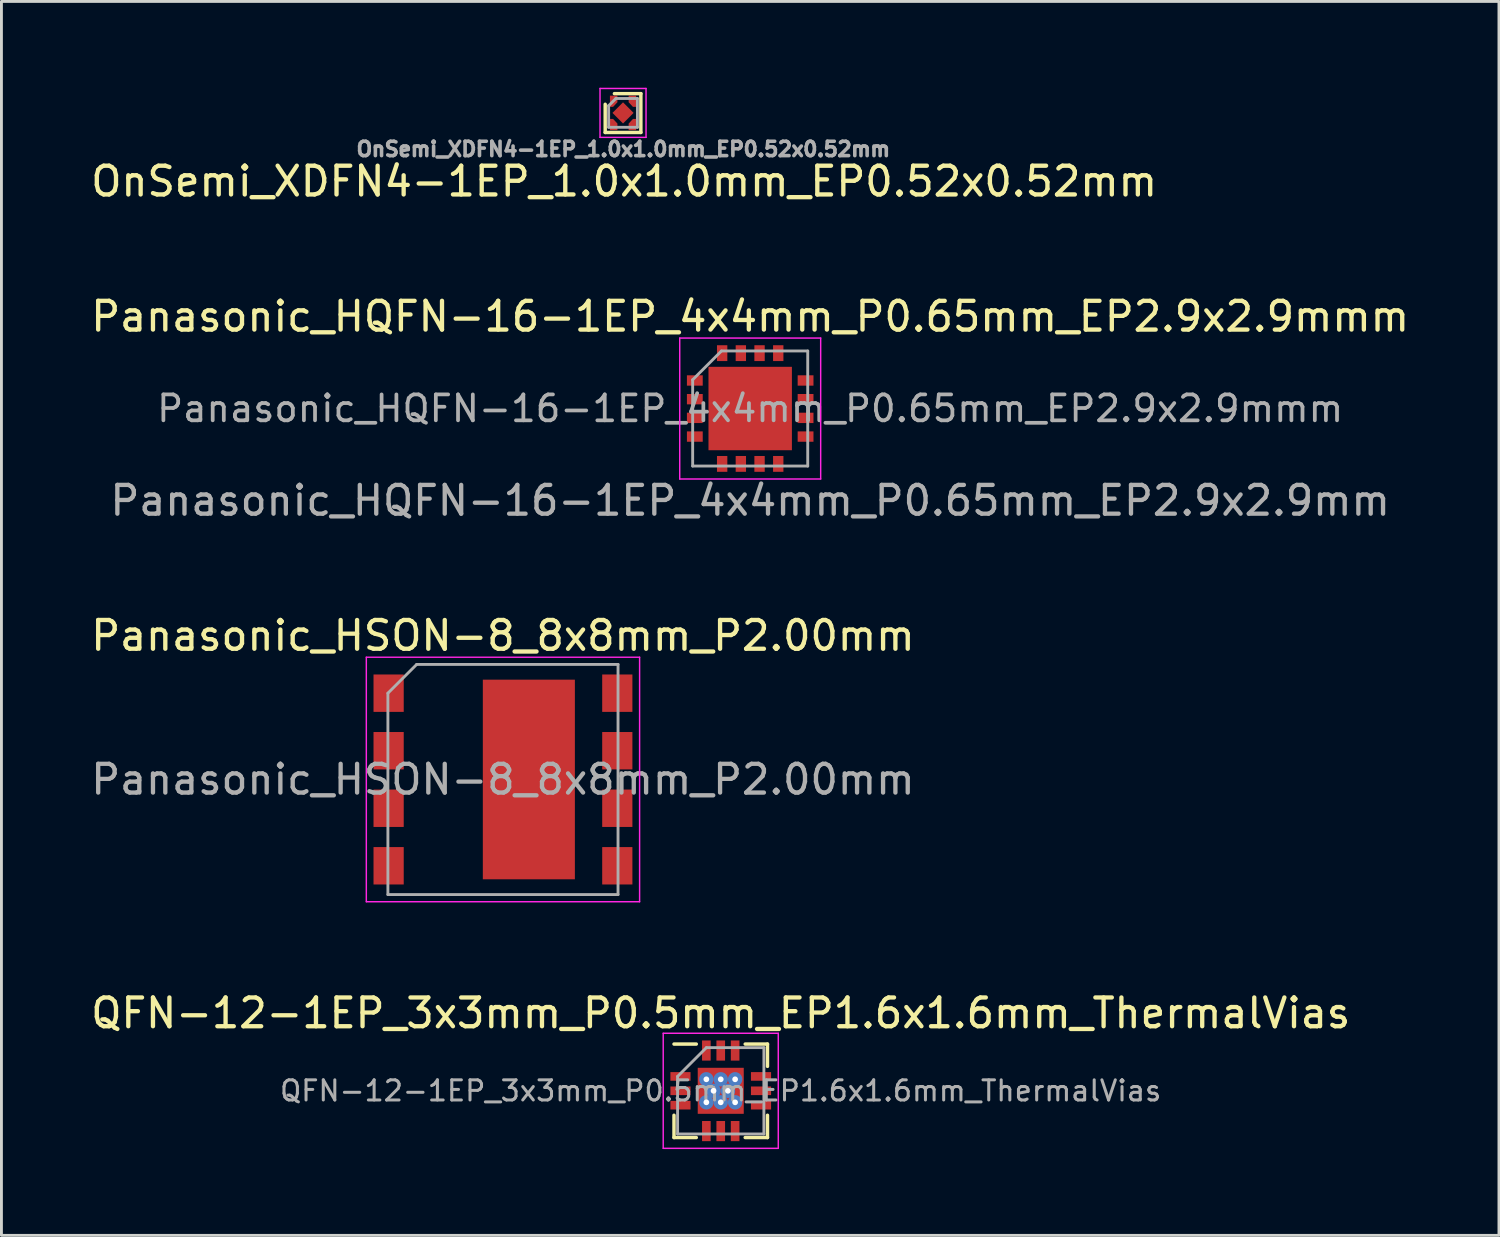
<source format=kicad_pcb>
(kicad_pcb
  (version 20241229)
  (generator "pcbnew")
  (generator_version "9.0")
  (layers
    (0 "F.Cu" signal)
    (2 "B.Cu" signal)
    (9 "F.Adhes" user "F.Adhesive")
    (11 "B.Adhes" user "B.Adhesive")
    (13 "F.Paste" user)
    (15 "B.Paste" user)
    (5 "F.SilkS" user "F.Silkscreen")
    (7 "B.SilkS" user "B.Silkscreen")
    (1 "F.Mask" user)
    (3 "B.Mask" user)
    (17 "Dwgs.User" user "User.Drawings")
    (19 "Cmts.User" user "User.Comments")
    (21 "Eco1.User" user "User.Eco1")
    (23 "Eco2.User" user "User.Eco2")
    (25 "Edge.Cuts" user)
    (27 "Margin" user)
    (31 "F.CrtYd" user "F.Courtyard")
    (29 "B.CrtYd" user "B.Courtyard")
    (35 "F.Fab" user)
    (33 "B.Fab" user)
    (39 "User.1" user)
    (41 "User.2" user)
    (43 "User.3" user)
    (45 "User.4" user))
  (footprint "Panasonic_HQFN-16-1EP_4x4mm_P0.65mm_EP2.9x2.9mmm"
    (layer "F.Cu")
    (at 23.03 11.152)
    (property "Reference" "Panasonic_HQFN-16-1EP_4x4mm_P0.65mm_EP2.9x2.9mmm" (at 0 -3.2 0) (layer "F.SilkS") (effects (font (size 1 1) (thickness 0.15))))
    (attr smd)
    (fp_line (start -2.45 -2.45) (end 2.45 -2.45) (stroke (width 0.05) (type solid)) (layer "F.CrtYd"))
    (fp_line (start -2.45 2.45) (end -2.45 -2.45) (stroke (width 0.05) (type solid)) (layer "F.CrtYd"))
    (fp_line (start -2.45 2.45) (end 2.45 2.45) (stroke (width 0.05) (type solid)) (layer "F.CrtYd"))
    (fp_line (start 2.45 -2.45) (end 2.45 2.45) (stroke (width 0.05) (type solid)) (layer "F.CrtYd"))
    (fp_line (start -2 2) (end -2 -1) (stroke (width 0.1) (type solid)) (layer "F.Fab"))
    (fp_line (start -1 -2) (end -2 -1) (stroke (width 0.1) (type solid)) (layer "F.Fab"))
    (fp_line (start -1 -2) (end 2 -2) (stroke (width 0.1) (type solid)) (layer "F.Fab"))
    (fp_line (start 2 -2) (end 2 2) (stroke (width 0.1) (type solid)) (layer "F.Fab"))
    (fp_line (start 2 2) (end -2 2) (stroke (width 0.1) (type solid)) (layer "F.Fab"))
    (fp_text user "Panasonic_HQFN-16-1EP_4x4mm_P0.65mm_EP2.9x2.9mm" (at 0 3.2 0) (layer "F.Fab") (effects (font (size 1 1) (thickness 0.15))))
    (fp_text user "${REFERENCE}" (at 0 0 0) (layer "F.Fab") (effects (font (size 0.9 0.9) (thickness 0.13))))
    (pad "" smd rect (at -1.95 -0.975) (size 0.5 0.36) (layers "F.Paste"))
    (pad "" smd rect (at -1.95 -0.325) (size 0.5 0.36) (layers "F.Paste"))
    (pad "" smd rect (at -1.95 0.325) (size 0.5 0.36) (layers "F.Paste"))
    (pad "" smd rect (at -1.95 0.975) (size 0.5 0.36) (layers "F.Paste"))
    (pad "" smd rect (at -0.975 -1.95) (size 0.36 0.5) (layers "F.Paste"))
    (pad "" smd rect (at -0.975 1.95) (size 0.36 0.5) (layers "F.Paste"))
    (pad "" smd rect (at -0.325 -1.95) (size 0.36 0.5) (layers "F.Paste"))
    (pad "" smd rect (at -0.325 1.95) (size 0.36 0.5) (layers "F.Paste"))
    (pad "" smd rect (at 0 0) (size 2.05 2.05) (layers "F.Paste"))
    (pad "" smd rect (at 0.325 -1.95) (size 0.36 0.5) (layers "F.Paste"))
    (pad "" smd rect (at 0.325 1.95) (size 0.36 0.5) (layers "F.Paste"))
    (pad "" smd rect (at 0.975 -1.95) (size 0.36 0.5) (layers "F.Paste"))
    (pad "" smd rect (at 0.975 1.95) (size 0.36 0.5) (layers "F.Paste"))
    (pad "" smd rect (at 1.95 -0.975) (size 0.5 0.36) (layers "F.Paste"))
    (pad "" smd rect (at 1.95 -0.325) (size 0.5 0.36) (layers "F.Paste"))
    (pad "" smd rect (at 1.95 0.325) (size 0.5 0.36) (layers "F.Paste"))
    (pad "" smd rect (at 1.95 0.975) (size 0.5 0.36) (layers "F.Paste"))
    (pad "1" smd rect (at -1.925 -0.975) (size 0.55 0.36) (layers "F.Cu" "F.Mask"))
    (pad "2" smd rect (at -1.925 -0.325) (size 0.55 0.36) (layers "F.Cu" "F.Mask"))
    (pad "3" smd rect (at -1.925 0.325) (size 0.55 0.36) (layers "F.Cu" "F.Mask"))
    (pad "4" smd rect (at -1.925 0.975) (size 0.55 0.36) (layers "F.Cu" "F.Mask"))
    (pad "5" smd rect (at -0.975 1.925) (size 0.36 0.55) (layers "F.Cu" "F.Mask"))
    (pad "6" smd rect (at -0.325 1.925) (size 0.36 0.55) (layers "F.Cu" "F.Mask"))
    (pad "7" smd rect (at 0.325 1.925) (size 0.36 0.55) (layers "F.Cu" "F.Mask"))
    (pad "8" smd rect (at 0.975 1.925) (size 0.36 0.55) (layers "F.Cu" "F.Mask"))
    (pad "9" smd rect (at 1.925 0.975) (size 0.55 0.36) (layers "F.Cu" "F.Mask"))
    (pad "10" smd rect (at 1.925 0.325) (size 0.55 0.36) (layers "F.Cu" "F.Mask"))
    (pad "11" smd rect (at 1.925 -0.325) (size 0.55 0.36) (layers "F.Cu" "F.Mask"))
    (pad "12" smd rect (at 1.925 -0.975) (size 0.55 0.36) (layers "F.Cu" "F.Mask"))
    (pad "13" smd rect (at 0.975 -1.925) (size 0.36 0.55) (layers "F.Cu" "F.Mask"))
    (pad "14" smd rect (at 0.325 -1.925) (size 0.36 0.55) (layers "F.Cu" "F.Mask"))
    (pad "15" smd rect (at -0.325 -1.925) (size 0.36 0.55) (layers "F.Cu" "F.Mask"))
    (pad "16" smd rect (at -0.975 -1.925) (size 0.36 0.55) (layers "F.Cu" "F.Mask"))
    (pad "17" smd rect (at 0 0) (size 2.9 2.9) (layers "F.Cu" "F.Mask")))
  (footprint "QFN-12-1EP_3x3mm_P0.5mm_EP1.6x1.6mm_ThermalVias"
    (layer "F.Cu")
    (at 22.006 34.871)
    (property "Reference" "QFN-12-1EP_3x3mm_P0.5mm_EP1.6x1.6mm_ThermalVias" (at 0 -2.7 0) (layer "F.SilkS") (effects (font (size 1 1) (thickness 0.15))))
    (attr smd)
    (fp_line (start -1.625 -1.625) (end -0.85 -1.625) (stroke (width 0.12) (type solid)) (layer "F.SilkS"))
    (fp_line (start -1.625 1.625) (end -1.625 0.85) (stroke (width 0.12) (type solid)) (layer "F.SilkS"))
    (fp_line (start -1.625 1.625) (end -0.85 1.625) (stroke (width 0.12) (type solid)) (layer "F.SilkS"))
    (fp_line (start 1.625 -1.625) (end 0.85 -1.625) (stroke (width 0.12) (type solid)) (layer "F.SilkS"))
    (fp_line (start 1.625 -1.625) (end 1.625 -0.85) (stroke (width 0.12) (type solid)) (layer "F.SilkS"))
    (fp_line (start 1.625 1.625) (end 0.85 1.625) (stroke (width 0.12) (type solid)) (layer "F.SilkS"))
    (fp_line (start 1.625 1.625) (end 1.625 0.85) (stroke (width 0.12) (type solid)) (layer "F.SilkS"))
    (fp_line (start -2 -2) (end -2 2) (stroke (width 0.05) (type solid)) (layer "F.CrtYd"))
    (fp_line (start -2 -2) (end 2 -2) (stroke (width 0.05) (type solid)) (layer "F.CrtYd"))
    (fp_line (start -2 2) (end 2 2) (stroke (width 0.05) (type solid)) (layer "F.CrtYd"))
    (fp_line (start 2 -2) (end 2 2) (stroke (width 0.05) (type solid)) (layer "F.CrtYd"))
    (fp_line (start -1.5 -0.5) (end -0.5 -1.5) (stroke (width 0.1) (type solid)) (layer "F.Fab"))
    (fp_line (start -1.5 1.5) (end -1.5 -0.5) (stroke (width 0.1) (type solid)) (layer "F.Fab"))
    (fp_line (start -0.5 -1.5) (end 1.5 -1.5) (stroke (width 0.1) (type solid)) (layer "F.Fab"))
    (fp_line (start 1.5 -1.5) (end 1.5 1.5) (stroke (width 0.1) (type solid)) (layer "F.Fab"))
    (fp_line (start 1.5 1.5) (end -1.5 1.5) (stroke (width 0.1) (type solid)) (layer "F.Fab"))
    (fp_text user "${REFERENCE}" (at 0 0 0) (layer "F.Fab") (effects (font (size 0.7 0.7) (thickness 0.105))))
    (pad "1" smd rect (at -1.4 -0.5) (size 0.7 0.3) (layers "F.Cu" "F.Mask" "F.Paste"))
    (pad "2" smd rect (at -1.4 0) (size 0.7 0.3) (layers "F.Cu" "F.Mask" "F.Paste"))
    (pad "3" smd rect (at -1.4 0.5) (size 0.7 0.3) (layers "F.Cu" "F.Mask" "F.Paste"))
    (pad "4" smd rect (at -0.5 1.4 90) (size 0.7 0.3) (layers "F.Cu" "F.Mask" "F.Paste"))
    (pad "5" smd rect (at 0 1.4 90) (size 0.7 0.3) (layers "F.Cu" "F.Mask" "F.Paste"))
    (pad "6" smd rect (at 0.5 1.4 90) (size 0.7 0.3) (layers "F.Cu" "F.Mask" "F.Paste"))
    (pad "7" smd rect (at 1.4 0.5) (size 0.7 0.3) (layers "F.Cu" "F.Mask" "F.Paste"))
    (pad "8" smd rect (at 1.4 0) (size 0.7 0.3) (layers "F.Cu" "F.Mask" "F.Paste"))
    (pad "9" smd rect (at 1.4 -0.5) (size 0.7 0.3) (layers "F.Cu" "F.Mask" "F.Paste"))
    (pad "10" smd rect (at 0.5 -1.4 90) (size 0.7 0.3) (layers "F.Cu" "F.Mask" "F.Paste"))
    (pad "11" smd rect (at 0 -1.4 90) (size 0.7 0.3) (layers "F.Cu" "F.Mask" "F.Paste"))
    (pad "12" smd rect (at -0.5 -1.4 90) (size 0.7 0.3) (layers "F.Cu" "F.Mask" "F.Paste"))
    (pad "13" thru_hole circle (at -0.5 -0.4) (size 0.5 0.5) (drill 0.2) (layers "*.Cu" "*.Mask"))
    (pad "13" thru_hole circle (at -0.5 0.4) (size 0.5 0.5) (drill 0.2) (layers "*.Cu" "*.Mask"))
    (pad "13" thru_hole circle (at -0.25 0) (size 0.5 0.5) (drill 0.2) (layers "*.Cu" "*.Mask"))
    (pad "13" thru_hole circle (at 0 -0.4) (size 0.5 0.5) (drill 0.2) (layers "*.Cu" "*.Mask"))
    (pad "13" smd rect (at 0 0) (size 1.6 1.6) (layers "F.Cu" "F.Mask" "F.Paste"))
    (pad "13" thru_hole circle (at 0 0.4) (size 0.5 0.5) (drill 0.2) (layers "*.Cu" "*.Mask"))
    (pad "13" thru_hole circle (at 0.25 0) (size 0.5 0.5) (drill 0.2) (layers "*.Cu" "*.Mask"))
    (pad "13" thru_hole circle (at 0.5 -0.4) (size 0.5 0.5) (drill 0.2) (layers "*.Cu" "*.Mask"))
    (pad "13" thru_hole circle (at 0.5 0.4) (size 0.5 0.5) (drill 0.2) (layers "*.Cu" "*.Mask")))
  (footprint "OnSemi_XDFN4-1EP_1.0x1.0mm_EP0.52x0.52mm"
    (layer "F.Cu")
    (at 18.609 0.875)
    (property "Reference" "OnSemi_XDFN4-1EP_1.0x1.0mm_EP0.52x0.52mm" (at 0.04 2.38 0) (layer "F.SilkS") (effects (font (size 1 1) (thickness 0.15))))
    (attr smd)
    (fp_line (start -0.62 -0.3) (end -0.62 0.68) (stroke (width 0.12) (type solid)) (layer "F.SilkS"))
    (fp_line (start -0.62 0.68) (end 0.62 0.68) (stroke (width 0.12) (type solid)) (layer "F.SilkS"))
    (fp_line (start 0.62 -0.67) (end -0.3 -0.67) (stroke (width 0.12) (type solid)) (layer "F.SilkS"))
    (fp_line (start 0.62 0.68) (end 0.62 -0.67) (stroke (width 0.12) (type solid)) (layer "F.SilkS"))
    (fp_line (start -0.8 -0.85) (end 0.8 -0.85) (stroke (width 0.05) (type solid)) (layer "F.CrtYd"))
    (fp_line (start -0.8 0.85) (end -0.8 -0.85) (stroke (width 0.05) (type solid)) (layer "F.CrtYd"))
    (fp_line (start 0.8 -0.85) (end 0.8 0.85) (stroke (width 0.05) (type solid)) (layer "F.CrtYd"))
    (fp_line (start 0.8 0.85) (end -0.8 0.85) (stroke (width 0.05) (type solid)) (layer "F.CrtYd"))
    (fp_line (start -0.5 -0.25) (end -0.25 -0.5) (stroke (width 0.1) (type solid)) (layer "F.Fab"))
    (fp_line (start -0.5 0.5) (end -0.5 -0.25) (stroke (width 0.1) (type solid)) (layer "F.Fab"))
    (fp_line (start -0.25 -0.5) (end 0.5 -0.5) (stroke (width 0.1) (type solid)) (layer "F.Fab"))
    (fp_line (start 0.5 -0.5) (end 0.5 0.5) (stroke (width 0.1) (type solid)) (layer "F.Fab"))
    (fp_line (start 0.5 0.5) (end -0.5 0.5) (stroke (width 0.1) (type solid)) (layer "F.Fab"))
    (fp_text user "${REFERENCE}" (at 0.01 1.26 0) (layer "F.Fab") (effects (font (size 0.5 0.5) (thickness 0.125))))
    (pad "1" smd custom (at -0.325 -0.485 180) (size 0.26 0.23) (layers "F.Cu" "F.Mask" "F.Paste") (options (anchor rect)) (primitives (gr_poly (pts (xy -0.13 -0.115) (xy 0.13 -0.115) (xy 0.13 -0.275) (xy 0.02 -0.275)) (width 0) (fill yes))))
    (pad "2" smd custom (at 0.325 -0.485 180) (size 0.26 0.23) (layers "F.Cu" "F.Mask" "F.Paste") (options (anchor rect)) (primitives (gr_poly (pts (xy 0.13 -0.115) (xy -0.13 -0.115) (xy -0.13 -0.275) (xy -0.02 -0.275)) (width 0) (fill yes))))
    (pad "3" smd custom (at 0.325 0.485) (size 0.26 0.23) (layers "F.Cu" "F.Mask" "F.Paste") (options (anchor rect)) (primitives (gr_poly (pts (xy -0.13 -0.115) (xy 0.13 -0.115) (xy 0.13 -0.275) (xy 0.02 -0.275)) (width 0) (fill yes))))
    (pad "4" smd custom (at -0.325 0.485) (size 0.26 0.23) (layers "F.Cu" "F.Mask" "F.Paste") (options (anchor rect)) (primitives (gr_poly (pts (xy 0.13 -0.115) (xy -0.13 -0.115) (xy -0.13 -0.275) (xy -0.02 -0.275)) (width 0) (fill yes))))
    (pad "5" smd rect (at 0 0 45) (size 0.52 0.52) (layers "F.Cu" "F.Mask" "F.Paste")))
  (footprint "Panasonic_HSON-8_8x8mm_P2.00mm"
    (layer "F.Cu")
    (at 14.435 24.048)
    (property "Reference" "Panasonic_HSON-8_8x8mm_P2.00mm" (at 0 -5 0) (layer "F.SilkS") (effects (font (size 1 1) (thickness 0.15))))
    (attr smd)
    (fp_line (start -4.75 -4.25) (end 4.75 -4.25) (stroke (width 0.05) (type solid)) (layer "F.CrtYd"))
    (fp_line (start -4.75 4.25) (end -4.75 -4.25) (stroke (width 0.05) (type solid)) (layer "F.CrtYd"))
    (fp_line (start -4.75 4.25) (end 4.75 4.25) (stroke (width 0.05) (type solid)) (layer "F.CrtYd"))
    (fp_line (start 4.75 -4.25) (end 4.75 4.25) (stroke (width 0.05) (type solid)) (layer "F.CrtYd"))
    (fp_line (start -4 4) (end -4 -3) (stroke (width 0.1) (type solid)) (layer "F.Fab"))
    (fp_line (start -3 -4) (end -4 -3) (stroke (width 0.1) (type solid)) (layer "F.Fab"))
    (fp_line (start -3 -4) (end 4 -4) (stroke (width 0.1) (type solid)) (layer "F.Fab"))
    (fp_line (start 4 -4) (end 4 4) (stroke (width 0.1) (type solid)) (layer "F.Fab"))
    (fp_line (start 4 4) (end -4 4) (stroke (width 0.1) (type solid)) (layer "F.Fab"))
    (fp_text user "${REFERENCE}" (at 0 0 0) (layer "F.Fab") (effects (font (size 1 1) (thickness 0.15))))
    (pad "" smd rect (at -4 -3) (size 1 1.3) (layers "F.Paste"))
    (pad "" smd rect (at -4 -1) (size 1 1.3) (layers "F.Paste"))
    (pad "" smd rect (at -4 1) (size 1 1.3) (layers "F.Paste"))
    (pad "" smd rect (at -4 3) (size 1 1.3) (layers "F.Paste"))
    (pad "" smd circle (at 0.1 -2.4) (size 1.4 1.4) (layers "F.Paste"))
    (pad "" smd circle (at 0.1 0) (size 1.4 1.4) (layers "F.Paste"))
    (pad "" smd circle (at 0.1 2.4) (size 1.4 1.4) (layers "F.Paste"))
    (pad "" smd circle (at 1.7 -2.4) (size 1.4 1.4) (layers "F.Paste"))
    (pad "" smd circle (at 1.7 0) (size 1.4 1.4) (layers "F.Paste"))
    (pad "" smd circle (at 1.7 2.4) (size 1.4 1.4) (layers "F.Paste"))
    (pad "" smd rect (at 4 -3) (size 1 1.3) (layers "F.Paste"))
    (pad "" smd rect (at 4 -1) (size 1 1.3) (layers "F.Paste"))
    (pad "" smd rect (at 4 1) (size 1 1.3) (layers "F.Paste"))
    (pad "" smd rect (at 4 3) (size 1 1.3) (layers "F.Paste"))
    (pad "1" smd rect (at -3.975 -3) (size 1.05 1.3) (layers "F.Cu" "F.Mask"))
    (pad "2" smd rect (at -3.975 -1) (size 1.05 1.3) (layers "F.Cu" "F.Mask"))
    (pad "3" smd rect (at -3.975 1) (size 1.05 1.3) (layers "F.Cu" "F.Mask"))
    (pad "4" smd rect (at -3.975 3) (size 1.05 1.3) (layers "F.Cu" "F.Mask"))
    (pad "5" smd rect (at 3.975 3) (size 1.05 1.3) (layers "F.Cu" "F.Mask"))
    (pad "6" smd rect (at 3.975 1) (size 1.05 1.3) (layers "F.Cu" "F.Mask"))
    (pad "7" smd rect (at 3.975 -1) (size 1.05 1.3) (layers "F.Cu" "F.Mask"))
    (pad "8" smd rect (at 3.975 -3) (size 1.05 1.3) (layers "F.Cu" "F.Mask"))
    (pad "9" smd rect (at 0.9 0) (size 3.2 6.94) (layers "F.Cu" "F.Mask")))
  (gr_rect
    (start -3 -3)
    (end 49.06 39.896)
    (stroke (width 0.1) (type default))
    (fill no)
    (layer "Edge.Cuts")))
</source>
